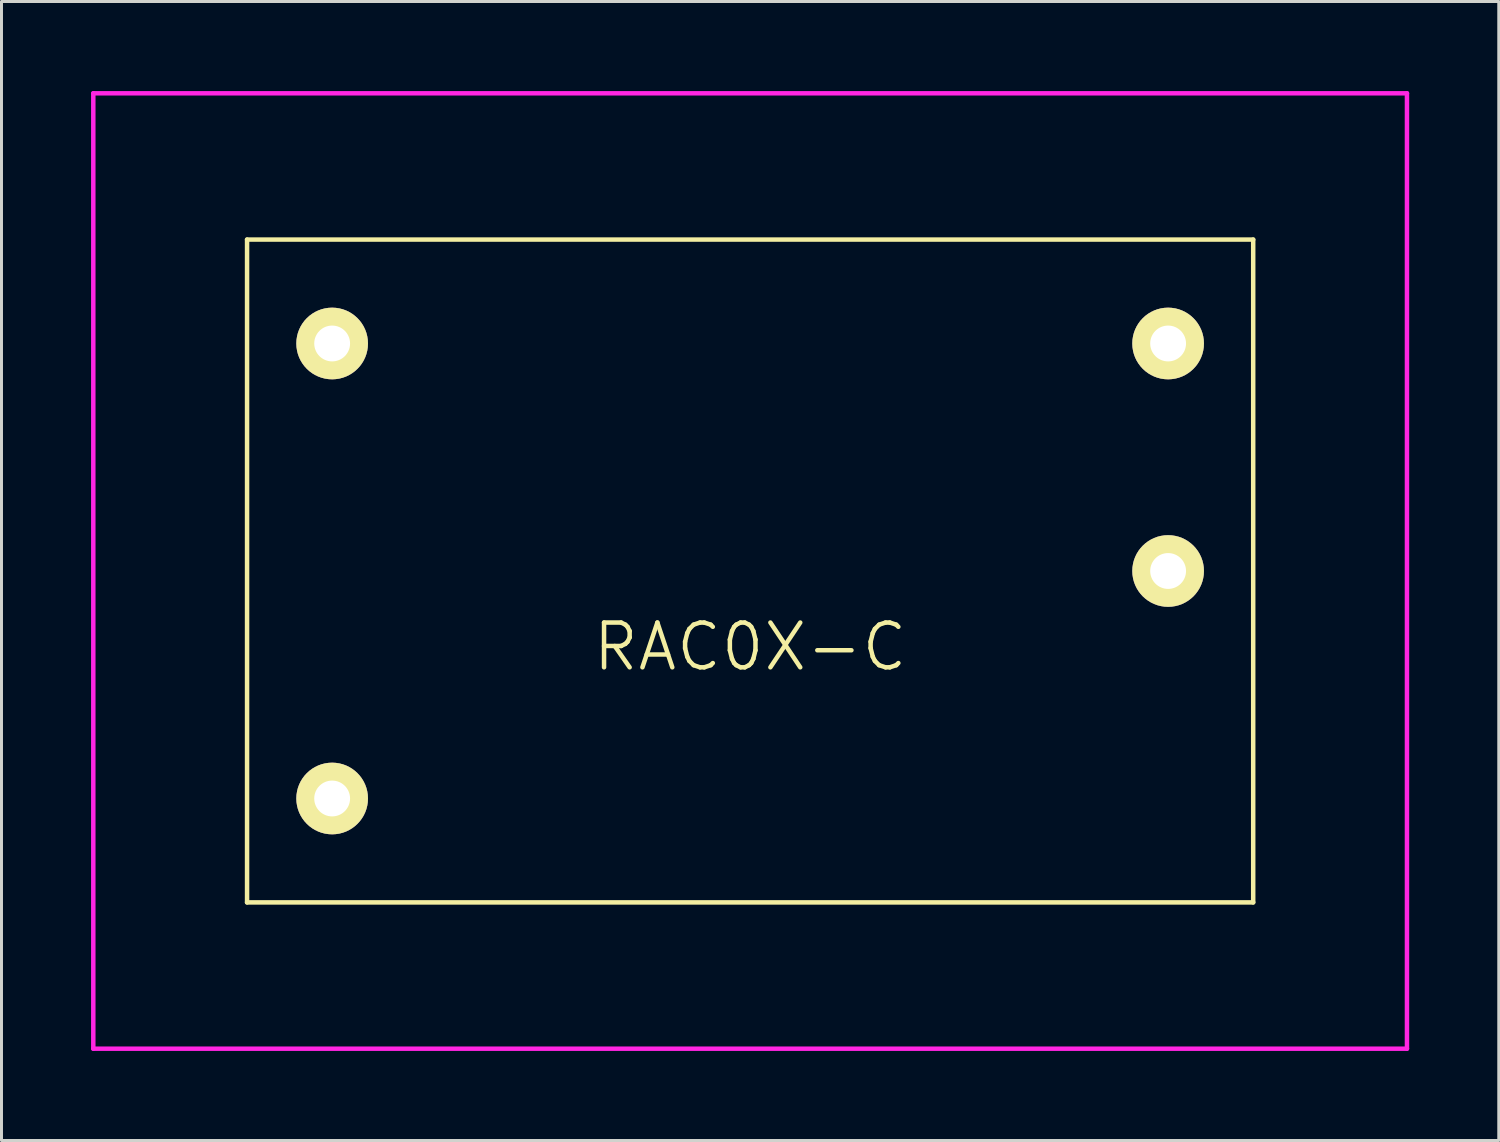
<source format=kicad_pcb>
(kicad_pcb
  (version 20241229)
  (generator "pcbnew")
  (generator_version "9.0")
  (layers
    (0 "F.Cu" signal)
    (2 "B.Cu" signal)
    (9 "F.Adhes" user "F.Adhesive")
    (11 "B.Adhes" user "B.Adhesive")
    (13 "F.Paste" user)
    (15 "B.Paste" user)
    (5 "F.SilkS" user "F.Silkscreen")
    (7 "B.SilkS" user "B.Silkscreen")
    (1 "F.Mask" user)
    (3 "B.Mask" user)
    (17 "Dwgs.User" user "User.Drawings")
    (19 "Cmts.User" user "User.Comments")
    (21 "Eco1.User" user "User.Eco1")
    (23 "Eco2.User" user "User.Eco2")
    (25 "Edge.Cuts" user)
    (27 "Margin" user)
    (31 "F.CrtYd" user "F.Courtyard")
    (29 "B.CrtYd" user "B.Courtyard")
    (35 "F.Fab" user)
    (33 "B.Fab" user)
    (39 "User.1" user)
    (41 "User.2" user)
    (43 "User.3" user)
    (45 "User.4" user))
  (footprint "RAC0X-C"
    (layer "F.Cu")
    (at 22.075 16.075)
    (property "Reference" "RAC0X-C" (at 0 2.54 0) (layer "F.SilkS") (effects (font (size 1.5 1.5) (thickness 0.15))))
    (attr through_hole)
    (fp_line (start -16.85 -11.1) (end 16.85 -11.1) (stroke (width 0.15) (type solid)) (layer "F.SilkS"))
    (fp_line (start -16.85 11.1) (end -16.85 -11.1) (stroke (width 0.15) (type solid)) (layer "F.SilkS"))
    (fp_line (start 16.85 -11.1) (end 16.85 11.1) (stroke (width 0.15) (type solid)) (layer "F.SilkS"))
    (fp_line (start 16.85 11.1) (end -16.85 11.1) (stroke (width 0.15) (type solid)) (layer "F.SilkS"))
    (fp_line (start -22 -16) (end 22 -16) (stroke (width 0.15) (type solid)) (layer "F.CrtYd"))
    (fp_line (start -22 16) (end -22 -16) (stroke (width 0.15) (type solid)) (layer "F.CrtYd"))
    (fp_line (start 22 -16) (end 22 16) (stroke (width 0.15) (type solid)) (layer "F.CrtYd"))
    (fp_line (start 22 16) (end -22 16) (stroke (width 0.15) (type solid)) (layer "F.CrtYd"))
    (pad "1" thru_hole circle (at -14 -7.62) (size 2.4 2.4) (drill 1.2) (layers "*.Cu" "*.Mask" "F.SilkS"))
    (pad "2" thru_hole circle (at -14 7.62) (size 2.4 2.4) (drill 1.2) (layers "*.Cu" "*.Mask" "F.SilkS"))
    (pad "3" thru_hole circle (at 14 -7.62) (size 2.4 2.4) (drill 1.2) (layers "*.Cu" "*.Mask" "F.SilkS"))
    (pad "4" thru_hole circle (at 14 0) (size 2.4 2.4) (drill 1.2) (layers "*.Cu" "*.Mask" "F.SilkS")))
  (gr_rect
    (start -3 -3)
    (end 47.15 35.15)
    (stroke (width 0.1) (type default))
    (fill no)
    (layer "Edge.Cuts")))
</source>
